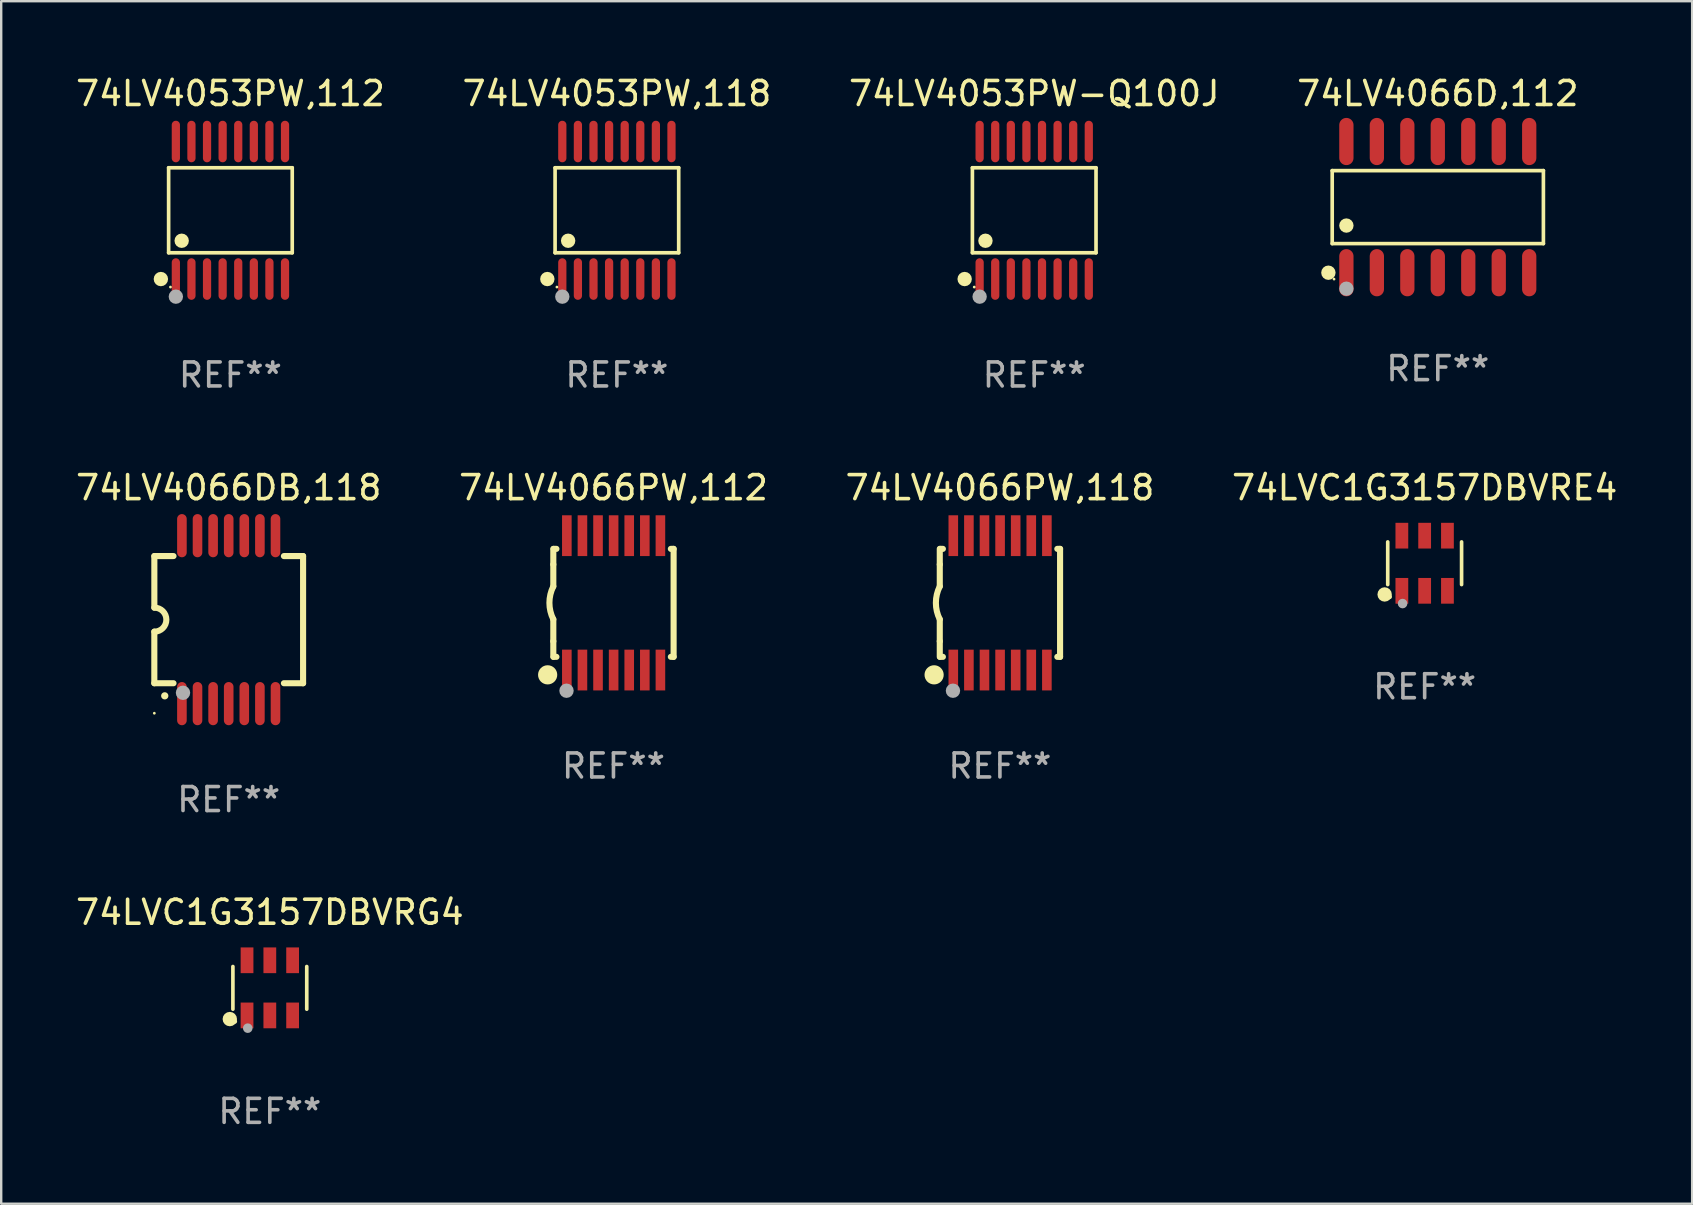
<source format=kicad_pcb>
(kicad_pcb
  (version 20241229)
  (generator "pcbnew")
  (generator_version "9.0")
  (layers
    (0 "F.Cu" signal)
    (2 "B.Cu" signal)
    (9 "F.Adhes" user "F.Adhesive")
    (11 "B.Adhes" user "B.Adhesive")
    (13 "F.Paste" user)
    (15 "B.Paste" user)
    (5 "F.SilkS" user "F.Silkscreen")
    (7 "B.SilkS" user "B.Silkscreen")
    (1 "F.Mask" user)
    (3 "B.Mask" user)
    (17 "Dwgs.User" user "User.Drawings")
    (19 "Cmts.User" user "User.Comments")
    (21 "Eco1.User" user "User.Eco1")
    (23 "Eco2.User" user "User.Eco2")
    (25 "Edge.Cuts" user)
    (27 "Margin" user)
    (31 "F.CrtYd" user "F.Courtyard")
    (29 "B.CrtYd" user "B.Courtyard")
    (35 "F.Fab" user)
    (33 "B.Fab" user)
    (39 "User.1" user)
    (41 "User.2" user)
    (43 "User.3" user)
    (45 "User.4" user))
  (footprint "74LV4066DB,118"
    (layer "F.Cu")
    (at 6.482 22.776)
    (property "Reference" "74LV4066DB,118" (at 0 -5.5 0) (layer "F.SilkS") (effects (font (size 1 1) (thickness 0.15))))
    (attr through_hole)
    (fp_line (start -3.1 2.65) (end -3.1 0.5) (stroke (width 0.254) (type solid)) (layer "F.SilkS"))
    (fp_line (start -3.099 -2.65) (end -2.301 -2.65) (stroke (width 0.254) (type solid)) (layer "F.SilkS"))
    (fp_line (start -3.099 -0.5) (end -3.099 -2.65) (stroke (width 0.254) (type solid)) (layer "F.SilkS"))
    (fp_line (start -2.301 2.65) (end -3.1 2.65) (stroke (width 0.254) (type solid)) (layer "F.SilkS"))
    (fp_line (start 2.301 -2.65) (end 3.1 -2.65) (stroke (width 0.254) (type solid)) (layer "F.SilkS"))
    (fp_line (start 3.1 -2.65) (end 3.1 2.65) (stroke (width 0.254) (type solid)) (layer "F.SilkS"))
    (fp_line (start 3.1 2.65) (end 2.301 2.65) (stroke (width 0.254) (type solid)) (layer "F.SilkS"))
    (fp_arc (start -3.098806 -0.500381) (mid -2.598806 0) (end -3.098806 0.500381) (stroke (width 0.254001) (type solid)) (layer "F.SilkS"))
    (fp_arc (start -2.667005 3.175006) (mid -2.665735 3.175001) (end -2.664465 3.175006) (stroke (width 0.3) (type solid)) (layer "F.SilkS"))
    (fp_circle (center -3.1 3.9) (end -3.07 3.9) (stroke (width 0.06) (type solid)) (fill no) (layer "F.SilkS"))
    (fp_circle (center -1.905 3.048) (end -1.755 3.048) (stroke (width 0.3) (type solid)) (fill no) (layer "F.Fab"))
    (fp_text user "REF**" (at 0 7.5 0) (layer "F.Fab") (effects (font (size 1 1) (thickness 0.15))))
    (pad "1" smd oval (at -1.95 3.5 270) (size 1.8 0.4) (layers "F.Cu" "F.Mask" "F.Paste"))
    (pad "2" smd oval (at -1.3 3.5 270) (size 1.8 0.4) (layers "F.Cu" "F.Mask" "F.Paste"))
    (pad "3" smd oval (at -0.65 3.5 270) (size 1.8 0.4) (layers "F.Cu" "F.Mask" "F.Paste"))
    (pad "4" smd oval (at 0 3.5 270) (size 1.8 0.4) (layers "F.Cu" "F.Mask" "F.Paste"))
    (pad "5" smd oval (at 0.65 3.5 270) (size 1.8 0.4) (layers "F.Cu" "F.Mask" "F.Paste"))
    (pad "6" smd oval (at 1.3 3.5 270) (size 1.8 0.4) (layers "F.Cu" "F.Mask" "F.Paste"))
    (pad "7" smd oval (at 1.95 3.5 270) (size 1.8 0.4) (layers "F.Cu" "F.Mask" "F.Paste"))
    (pad "8" smd oval (at 1.95 -3.5 90) (size 1.8 0.4) (layers "F.Cu" "F.Mask" "F.Paste"))
    (pad "9" smd oval (at 1.3 -3.5 90) (size 1.8 0.4) (layers "F.Cu" "F.Mask" "F.Paste"))
    (pad "10" smd oval (at 0.65 -3.5 90) (size 1.8 0.4) (layers "F.Cu" "F.Mask" "F.Paste"))
    (pad "11" smd oval (at 0 -3.5 90) (size 1.8 0.4) (layers "F.Cu" "F.Mask" "F.Paste"))
    (pad "12" smd oval (at -0.65 -3.5 90) (size 1.8 0.4) (layers "F.Cu" "F.Mask" "F.Paste"))
    (pad "13" smd oval (at -1.3 -3.5 90) (size 1.8 0.4) (layers "F.Cu" "F.Mask" "F.Paste"))
    (pad "14" smd oval (at -1.95 -3.5 90) (size 1.8 0.4) (layers "F.Cu" "F.Mask" "F.Paste")))
  (footprint "74LV4066PW,112"
    (layer "F.Cu")
    (at 22.518 22.076)
    (property "Reference" "74LV4066PW,112" (at 0 -4.8 0) (layer "F.SilkS") (effects (font (size 1 1) (thickness 0.15))))
    (attr through_hole)
    (fp_line (start -2.507 -1.6) (end -2.507 -2.25) (stroke (width 0.254) (type solid)) (layer "F.SilkS"))
    (fp_line (start -2.507 -0.686) (end -2.507 -1.6) (stroke (width 0.254) (type solid)) (layer "F.SilkS"))
    (fp_line (start -2.507 1.6) (end -2.507 0.686) (stroke (width 0.254) (type solid)) (layer "F.SilkS"))
    (fp_line (start -2.507 1.6) (end -2.507 2.25) (stroke (width 0.254) (type solid)) (layer "F.SilkS"))
    (fp_line (start -2.493 -2.25) (end -2.377 -2.25) (stroke (width 0.254) (type solid)) (layer "F.SilkS"))
    (fp_line (start -2.377 2.25) (end -2.493 2.25) (stroke (width 0.254) (type solid)) (layer "F.SilkS"))
    (fp_line (start 2.392 -2.25) (end 2.507 -2.25) (stroke (width 0.254) (type solid)) (layer "F.SilkS"))
    (fp_line (start 2.507 -2.25) (end 2.507 2.25) (stroke (width 0.254) (type solid)) (layer "F.SilkS"))
    (fp_line (start 2.507 2.25) (end 2.392 2.25) (stroke (width 0.254) (type solid)) (layer "F.SilkS"))
    (fp_arc (start -2.507303 0.685802) (mid -2.669199 0) (end -2.507303 -0.685801) (stroke (width 0.254001) (type solid)) (layer "F.SilkS"))
    (fp_circle (center -2.743 3) (end -2.543 3) (stroke (width 0.4) (type solid)) (fill no) (layer "F.SilkS"))
    (fp_circle (center -2.493 3.2) (end -2.463 3.2) (stroke (width 0.06) (type solid)) (fill no) (layer "F.SilkS"))
    (fp_circle (center -1.957 3.662) (end -1.807 3.662) (stroke (width 0.3) (type solid)) (fill no) (layer "F.Fab"))
    (fp_text user "REF**" (at 0 6.8 0) (layer "F.Fab") (effects (font (size 1 1) (thickness 0.15))))
    (pad "1" smd rect (at -1.943 2.8) (size 0.4 1.7) (layers "F.Cu" "F.Mask" "F.Paste"))
    (pad "2" smd rect (at -1.293 2.8) (size 0.4 1.7) (layers "F.Cu" "F.Mask" "F.Paste"))
    (pad "3" smd rect (at -0.643 2.8) (size 0.4 1.7) (layers "F.Cu" "F.Mask" "F.Paste"))
    (pad "4" smd rect (at 0.007 2.8) (size 0.4 1.7) (layers "F.Cu" "F.Mask" "F.Paste"))
    (pad "5" smd rect (at 0.657 2.8) (size 0.4 1.7) (layers "F.Cu" "F.Mask" "F.Paste"))
    (pad "6" smd rect (at 1.307 2.8) (size 0.4 1.7) (layers "F.Cu" "F.Mask" "F.Paste"))
    (pad "7" smd rect (at 1.957 2.8) (size 0.4 1.7) (layers "F.Cu" "F.Mask" "F.Paste"))
    (pad "8" smd rect (at 1.957 -2.8) (size 0.4 1.7) (layers "F.Cu" "F.Mask" "F.Paste"))
    (pad "9" smd rect (at 1.307 -2.8) (size 0.4 1.7) (layers "F.Cu" "F.Mask" "F.Paste"))
    (pad "10" smd rect (at 0.657 -2.8) (size 0.4 1.7) (layers "F.Cu" "F.Mask" "F.Paste"))
    (pad "11" smd rect (at 0.007 -2.8) (size 0.4 1.7) (layers "F.Cu" "F.Mask" "F.Paste"))
    (pad "12" smd rect (at -0.643 -2.8) (size 0.4 1.7) (layers "F.Cu" "F.Mask" "F.Paste"))
    (pad "13" smd rect (at -1.293 -2.8) (size 0.4 1.7) (layers "F.Cu" "F.Mask" "F.Paste"))
    (pad "14" smd rect (at -1.943 -2.8) (size 0.4 1.7) (layers "F.Cu" "F.Mask" "F.Paste")))
  (footprint "74LV4066PW,118"
    (layer "F.Cu")
    (at 38.625 22.076)
    (property "Reference" "74LV4066PW,118" (at 0 -4.8 0) (layer "F.SilkS") (effects (font (size 1 1) (thickness 0.15))))
    (attr through_hole)
    (fp_line (start -2.507 -1.6) (end -2.507 -2.25) (stroke (width 0.254) (type solid)) (layer "F.SilkS"))
    (fp_line (start -2.507 -0.686) (end -2.507 -1.6) (stroke (width 0.254) (type solid)) (layer "F.SilkS"))
    (fp_line (start -2.507 1.6) (end -2.507 0.686) (stroke (width 0.254) (type solid)) (layer "F.SilkS"))
    (fp_line (start -2.507 1.6) (end -2.507 2.25) (stroke (width 0.254) (type solid)) (layer "F.SilkS"))
    (fp_line (start -2.493 -2.25) (end -2.377 -2.25) (stroke (width 0.254) (type solid)) (layer "F.SilkS"))
    (fp_line (start -2.377 2.25) (end -2.493 2.25) (stroke (width 0.254) (type solid)) (layer "F.SilkS"))
    (fp_line (start 2.392 -2.25) (end 2.507 -2.25) (stroke (width 0.254) (type solid)) (layer "F.SilkS"))
    (fp_line (start 2.507 -2.25) (end 2.507 2.25) (stroke (width 0.254) (type solid)) (layer "F.SilkS"))
    (fp_line (start 2.507 2.25) (end 2.392 2.25) (stroke (width 0.254) (type solid)) (layer "F.SilkS"))
    (fp_arc (start -2.507303 0.685802) (mid -2.669199 0) (end -2.507303 -0.685801) (stroke (width 0.254001) (type solid)) (layer "F.SilkS"))
    (fp_circle (center -2.743 3) (end -2.543 3) (stroke (width 0.4) (type solid)) (fill no) (layer "F.SilkS"))
    (fp_circle (center -2.493 3.2) (end -2.463 3.2) (stroke (width 0.06) (type solid)) (fill no) (layer "F.SilkS"))
    (fp_circle (center -1.957 3.662) (end -1.807 3.662) (stroke (width 0.3) (type solid)) (fill no) (layer "F.Fab"))
    (fp_text user "REF**" (at 0 6.8 0) (layer "F.Fab") (effects (font (size 1 1) (thickness 0.15))))
    (pad "1" smd rect (at -1.943 2.8) (size 0.4 1.7) (layers "F.Cu" "F.Mask" "F.Paste"))
    (pad "2" smd rect (at -1.293 2.8) (size 0.4 1.7) (layers "F.Cu" "F.Mask" "F.Paste"))
    (pad "3" smd rect (at -0.643 2.8) (size 0.4 1.7) (layers "F.Cu" "F.Mask" "F.Paste"))
    (pad "4" smd rect (at 0.007 2.8) (size 0.4 1.7) (layers "F.Cu" "F.Mask" "F.Paste"))
    (pad "5" smd rect (at 0.657 2.8) (size 0.4 1.7) (layers "F.Cu" "F.Mask" "F.Paste"))
    (pad "6" smd rect (at 1.307 2.8) (size 0.4 1.7) (layers "F.Cu" "F.Mask" "F.Paste"))
    (pad "7" smd rect (at 1.957 2.8) (size 0.4 1.7) (layers "F.Cu" "F.Mask" "F.Paste"))
    (pad "8" smd rect (at 1.957 -2.8) (size 0.4 1.7) (layers "F.Cu" "F.Mask" "F.Paste"))
    (pad "9" smd rect (at 1.307 -2.8) (size 0.4 1.7) (layers "F.Cu" "F.Mask" "F.Paste"))
    (pad "10" smd rect (at 0.657 -2.8) (size 0.4 1.7) (layers "F.Cu" "F.Mask" "F.Paste"))
    (pad "11" smd rect (at 0.007 -2.8) (size 0.4 1.7) (layers "F.Cu" "F.Mask" "F.Paste"))
    (pad "12" smd rect (at -0.643 -2.8) (size 0.4 1.7) (layers "F.Cu" "F.Mask" "F.Paste"))
    (pad "13" smd rect (at -1.293 -2.8) (size 0.4 1.7) (layers "F.Cu" "F.Mask" "F.Paste"))
    (pad "14" smd rect (at -1.943 -2.8) (size 0.4 1.7) (layers "F.Cu" "F.Mask" "F.Paste")))
  (footprint "74LVC1G3157DBVRE4"
    (layer "F.Cu")
    (at 56.327 20.425)
    (property "Reference" "74LVC1G3157DBVRE4" (at 0 -3.149 0) (layer "F.SilkS") (effects (font (size 1 1) (thickness 0.15))))
    (attr through_hole)
    (fp_line (start -1.539 0.889) (end -1.539 -0.889) (stroke (width 0.152) (type solid)) (layer "F.SilkS"))
    (fp_line (start 1.539 0.889) (end 1.539 -0.889) (stroke (width 0.152) (type solid)) (layer "F.SilkS"))
    (fp_circle (center -1.668 1.301) (end -1.518 1.301) (stroke (width 0.3) (type solid)) (fill no) (layer "F.SilkS"))
    (fp_circle (center -1.463 1.4) (end -1.413 1.4) (stroke (width 0.1) (type solid)) (fill no) (layer "F.SilkS"))
    (fp_circle (center -0.92 1.68) (end -0.82 1.68) (stroke (width 0.2) (type solid)) (fill no) (layer "F.Fab"))
    (fp_text user "REF**" (at 0 5.149 0) (layer "F.Fab") (effects (font (size 1 1) (thickness 0.15))))
    (pad "1" smd rect (at -0.95 1.149) (size 0.532 1.072) (layers "F.Cu" "F.Mask" "F.Paste"))
    (pad "2" smd rect (at 0 1.149) (size 0.532 1.072) (layers "F.Cu" "F.Mask" "F.Paste"))
    (pad "3" smd rect (at 0.95 1.149) (size 0.532 1.072) (layers "F.Cu" "F.Mask" "F.Paste"))
    (pad "4" smd rect (at 0.95 -1.149) (size 0.532 1.072) (layers "F.Cu" "F.Mask" "F.Paste"))
    (pad "5" smd rect (at 0 -1.149) (size 0.532 1.072) (layers "F.Cu" "F.Mask" "F.Paste"))
    (pad "6" smd rect (at -0.95 -1.149) (size 0.532 1.072) (layers "F.Cu" "F.Mask" "F.Paste")))
  (footprint "74LV4053PW,112"
    (layer "F.Cu")
    (at 6.554 5.714)
    (property "Reference" "74LV4053PW,112" (at 0 -4.866 0) (layer "F.SilkS") (effects (font (size 1 1) (thickness 0.15))))
    (attr through_hole)
    (fp_line (start -2.576 -1.772) (end 2.576 -1.772) (stroke (width 0.152) (type solid)) (layer "F.SilkS"))
    (fp_line (start -2.576 1.771) (end -2.576 -1.772) (stroke (width 0.152) (type solid)) (layer "F.SilkS"))
    (fp_line (start 2.576 -1.772) (end 2.576 1.771) (stroke (width 0.152) (type solid)) (layer "F.SilkS"))
    (fp_line (start 2.576 1.771) (end -2.576 1.771) (stroke (width 0.152) (type solid)) (layer "F.SilkS"))
    (fp_circle (center -2.899 2.866) (end -2.749 2.866) (stroke (width 0.3) (type solid)) (fill no) (layer "F.SilkS"))
    (fp_circle (center -2.5 3.2) (end -2.47 3.2) (stroke (width 0.06) (type solid)) (fill no) (layer "F.SilkS"))
    (fp_circle (center -2.032 1.27) (end -1.882 1.27) (stroke (width 0.3) (type solid)) (fill no) (layer "F.SilkS"))
    (fp_circle (center -2.275 3.6) (end -2.125 3.6) (stroke (width 0.3) (type solid)) (fill no) (layer "F.Fab"))
    (fp_text user "REF**" (at 0 6.866 0) (layer "F.Fab") (effects (font (size 1 1) (thickness 0.15))))
    (pad "1" smd oval (at -2.275 2.866) (size 0.343 1.731) (layers "F.Cu" "F.Mask" "F.Paste"))
    (pad "2" smd oval (at -1.625 2.866) (size 0.343 1.731) (layers "F.Cu" "F.Mask" "F.Paste"))
    (pad "3" smd oval (at -0.975 2.866) (size 0.343 1.731) (layers "F.Cu" "F.Mask" "F.Paste"))
    (pad "4" smd oval (at -0.325 2.866) (size 0.343 1.731) (layers "F.Cu" "F.Mask" "F.Paste"))
    (pad "5" smd oval (at 0.325 2.866) (size 0.343 1.731) (layers "F.Cu" "F.Mask" "F.Paste"))
    (pad "6" smd oval (at 0.975 2.866) (size 0.343 1.731) (layers "F.Cu" "F.Mask" "F.Paste"))
    (pad "7" smd oval (at 1.625 2.866) (size 0.343 1.731) (layers "F.Cu" "F.Mask" "F.Paste"))
    (pad "8" smd oval (at 2.275 2.866) (size 0.343 1.731) (layers "F.Cu" "F.Mask" "F.Paste"))
    (pad "9" smd oval (at 2.275 -2.866) (size 0.343 1.731) (layers "F.Cu" "F.Mask" "F.Paste"))
    (pad "10" smd oval (at 1.625 -2.866) (size 0.343 1.731) (layers "F.Cu" "F.Mask" "F.Paste"))
    (pad "11" smd oval (at 0.975 -2.866) (size 0.343 1.731) (layers "F.Cu" "F.Mask" "F.Paste"))
    (pad "12" smd oval (at 0.325 -2.866) (size 0.343 1.731) (layers "F.Cu" "F.Mask" "F.Paste"))
    (pad "13" smd oval (at -0.325 -2.866) (size 0.343 1.731) (layers "F.Cu" "F.Mask" "F.Paste"))
    (pad "14" smd oval (at -0.975 -2.866) (size 0.343 1.731) (layers "F.Cu" "F.Mask" "F.Paste"))
    (pad "15" smd oval (at -1.625 -2.866) (size 0.343 1.731) (layers "F.Cu" "F.Mask" "F.Paste"))
    (pad "16" smd oval (at -2.275 -2.866) (size 0.343 1.731) (layers "F.Cu" "F.Mask" "F.Paste")))
  (footprint "74LVC1G3157DBVRG4"
    (layer "F.Cu")
    (at 8.196 38.122)
    (property "Reference" "74LVC1G3157DBVRG4" (at 0 -3.149 0) (layer "F.SilkS") (effects (font (size 1 1) (thickness 0.15))))
    (attr through_hole)
    (fp_line (start -1.539 0.889) (end -1.539 -0.889) (stroke (width 0.152) (type solid)) (layer "F.SilkS"))
    (fp_line (start 1.539 0.889) (end 1.539 -0.889) (stroke (width 0.152) (type solid)) (layer "F.SilkS"))
    (fp_circle (center -1.668 1.301) (end -1.518 1.301) (stroke (width 0.3) (type solid)) (fill no) (layer "F.SilkS"))
    (fp_circle (center -1.463 1.4) (end -1.413 1.4) (stroke (width 0.1) (type solid)) (fill no) (layer "F.SilkS"))
    (fp_circle (center -0.92 1.68) (end -0.82 1.68) (stroke (width 0.2) (type solid)) (fill no) (layer "F.Fab"))
    (fp_text user "REF**" (at 0 5.149 0) (layer "F.Fab") (effects (font (size 1 1) (thickness 0.15))))
    (pad "1" smd rect (at -0.95 1.149) (size 0.532 1.072) (layers "F.Cu" "F.Mask" "F.Paste"))
    (pad "2" smd rect (at 0 1.149) (size 0.532 1.072) (layers "F.Cu" "F.Mask" "F.Paste"))
    (pad "3" smd rect (at 0.95 1.149) (size 0.532 1.072) (layers "F.Cu" "F.Mask" "F.Paste"))
    (pad "4" smd rect (at 0.95 -1.149) (size 0.532 1.072) (layers "F.Cu" "F.Mask" "F.Paste"))
    (pad "5" smd rect (at 0 -1.149) (size 0.532 1.072) (layers "F.Cu" "F.Mask" "F.Paste"))
    (pad "6" smd rect (at -0.95 -1.149) (size 0.532 1.072) (layers "F.Cu" "F.Mask" "F.Paste")))
  (footprint "74LV4053PW,118"
    (layer "F.Cu")
    (at 22.661 5.714)
    (property "Reference" "74LV4053PW,118" (at 0 -4.866 0) (layer "F.SilkS") (effects (font (size 1 1) (thickness 0.15))))
    (attr through_hole)
    (fp_line (start -2.576 -1.772) (end 2.576 -1.772) (stroke (width 0.152) (type solid)) (layer "F.SilkS"))
    (fp_line (start -2.576 1.771) (end -2.576 -1.772) (stroke (width 0.152) (type solid)) (layer "F.SilkS"))
    (fp_line (start 2.576 -1.772) (end 2.576 1.771) (stroke (width 0.152) (type solid)) (layer "F.SilkS"))
    (fp_line (start 2.576 1.771) (end -2.576 1.771) (stroke (width 0.152) (type solid)) (layer "F.SilkS"))
    (fp_circle (center -2.899 2.866) (end -2.749 2.866) (stroke (width 0.3) (type solid)) (fill no) (layer "F.SilkS"))
    (fp_circle (center -2.5 3.2) (end -2.47 3.2) (stroke (width 0.06) (type solid)) (fill no) (layer "F.SilkS"))
    (fp_circle (center -2.032 1.27) (end -1.882 1.27) (stroke (width 0.3) (type solid)) (fill no) (layer "F.SilkS"))
    (fp_circle (center -2.275 3.6) (end -2.125 3.6) (stroke (width 0.3) (type solid)) (fill no) (layer "F.Fab"))
    (fp_text user "REF**" (at 0 6.866 0) (layer "F.Fab") (effects (font (size 1 1) (thickness 0.15))))
    (pad "1" smd oval (at -2.275 2.866) (size 0.343 1.731) (layers "F.Cu" "F.Mask" "F.Paste"))
    (pad "2" smd oval (at -1.625 2.866) (size 0.343 1.731) (layers "F.Cu" "F.Mask" "F.Paste"))
    (pad "3" smd oval (at -0.975 2.866) (size 0.343 1.731) (layers "F.Cu" "F.Mask" "F.Paste"))
    (pad "4" smd oval (at -0.325 2.866) (size 0.343 1.731) (layers "F.Cu" "F.Mask" "F.Paste"))
    (pad "5" smd oval (at 0.325 2.866) (size 0.343 1.731) (layers "F.Cu" "F.Mask" "F.Paste"))
    (pad "6" smd oval (at 0.975 2.866) (size 0.343 1.731) (layers "F.Cu" "F.Mask" "F.Paste"))
    (pad "7" smd oval (at 1.625 2.866) (size 0.343 1.731) (layers "F.Cu" "F.Mask" "F.Paste"))
    (pad "8" smd oval (at 2.275 2.866) (size 0.343 1.731) (layers "F.Cu" "F.Mask" "F.Paste"))
    (pad "9" smd oval (at 2.275 -2.866) (size 0.343 1.731) (layers "F.Cu" "F.Mask" "F.Paste"))
    (pad "10" smd oval (at 1.625 -2.866) (size 0.343 1.731) (layers "F.Cu" "F.Mask" "F.Paste"))
    (pad "11" smd oval (at 0.975 -2.866) (size 0.343 1.731) (layers "F.Cu" "F.Mask" "F.Paste"))
    (pad "12" smd oval (at 0.325 -2.866) (size 0.343 1.731) (layers "F.Cu" "F.Mask" "F.Paste"))
    (pad "13" smd oval (at -0.325 -2.866) (size 0.343 1.731) (layers "F.Cu" "F.Mask" "F.Paste"))
    (pad "14" smd oval (at -0.975 -2.866) (size 0.343 1.731) (layers "F.Cu" "F.Mask" "F.Paste"))
    (pad "15" smd oval (at -1.625 -2.866) (size 0.343 1.731) (layers "F.Cu" "F.Mask" "F.Paste"))
    (pad "16" smd oval (at -2.275 -2.866) (size 0.343 1.731) (layers "F.Cu" "F.Mask" "F.Paste")))
  (footprint "74LV4053PW-Q100J"
    (layer "F.Cu")
    (at 40.054 5.714)
    (property "Reference" "74LV4053PW-Q100J" (at 0 -4.866 0) (layer "F.SilkS") (effects (font (size 1 1) (thickness 0.15))))
    (attr through_hole)
    (fp_line (start -2.576 -1.772) (end 2.576 -1.772) (stroke (width 0.152) (type solid)) (layer "F.SilkS"))
    (fp_line (start -2.576 1.771) (end -2.576 -1.772) (stroke (width 0.152) (type solid)) (layer "F.SilkS"))
    (fp_line (start 2.576 -1.772) (end 2.576 1.771) (stroke (width 0.152) (type solid)) (layer "F.SilkS"))
    (fp_line (start 2.576 1.771) (end -2.576 1.771) (stroke (width 0.152) (type solid)) (layer "F.SilkS"))
    (fp_circle (center -2.899 2.866) (end -2.749 2.866) (stroke (width 0.3) (type solid)) (fill no) (layer "F.SilkS"))
    (fp_circle (center -2.5 3.2) (end -2.47 3.2) (stroke (width 0.06) (type solid)) (fill no) (layer "F.SilkS"))
    (fp_circle (center -2.032 1.27) (end -1.882 1.27) (stroke (width 0.3) (type solid)) (fill no) (layer "F.SilkS"))
    (fp_circle (center -2.275 3.6) (end -2.125 3.6) (stroke (width 0.3) (type solid)) (fill no) (layer "F.Fab"))
    (fp_text user "REF**" (at 0 6.866 0) (layer "F.Fab") (effects (font (size 1 1) (thickness 0.15))))
    (pad "1" smd oval (at -2.275 2.866) (size 0.343 1.731) (layers "F.Cu" "F.Mask" "F.Paste"))
    (pad "2" smd oval (at -1.625 2.866) (size 0.343 1.731) (layers "F.Cu" "F.Mask" "F.Paste"))
    (pad "3" smd oval (at -0.975 2.866) (size 0.343 1.731) (layers "F.Cu" "F.Mask" "F.Paste"))
    (pad "4" smd oval (at -0.325 2.866) (size 0.343 1.731) (layers "F.Cu" "F.Mask" "F.Paste"))
    (pad "5" smd oval (at 0.325 2.866) (size 0.343 1.731) (layers "F.Cu" "F.Mask" "F.Paste"))
    (pad "6" smd oval (at 0.975 2.866) (size 0.343 1.731) (layers "F.Cu" "F.Mask" "F.Paste"))
    (pad "7" smd oval (at 1.625 2.866) (size 0.343 1.731) (layers "F.Cu" "F.Mask" "F.Paste"))
    (pad "8" smd oval (at 2.275 2.866) (size 0.343 1.731) (layers "F.Cu" "F.Mask" "F.Paste"))
    (pad "9" smd oval (at 2.275 -2.866) (size 0.343 1.731) (layers "F.Cu" "F.Mask" "F.Paste"))
    (pad "10" smd oval (at 1.625 -2.866) (size 0.343 1.731) (layers "F.Cu" "F.Mask" "F.Paste"))
    (pad "11" smd oval (at 0.975 -2.866) (size 0.343 1.731) (layers "F.Cu" "F.Mask" "F.Paste"))
    (pad "12" smd oval (at 0.325 -2.866) (size 0.343 1.731) (layers "F.Cu" "F.Mask" "F.Paste"))
    (pad "13" smd oval (at -0.325 -2.866) (size 0.343 1.731) (layers "F.Cu" "F.Mask" "F.Paste"))
    (pad "14" smd oval (at -0.975 -2.866) (size 0.343 1.731) (layers "F.Cu" "F.Mask" "F.Paste"))
    (pad "15" smd oval (at -1.625 -2.866) (size 0.343 1.731) (layers "F.Cu" "F.Mask" "F.Paste"))
    (pad "16" smd oval (at -2.275 -2.866) (size 0.343 1.731) (layers "F.Cu" "F.Mask" "F.Paste")))
  (footprint "74LV4066D,112"
    (layer "F.Cu")
    (at 56.875 5.582)
    (property "Reference" "74LV4066D,112" (at 0 -4.734 0) (layer "F.SilkS") (effects (font (size 1 1) (thickness 0.15))))
    (attr through_hole)
    (fp_line (start -4.401 -1.521) (end 4.401 -1.521) (stroke (width 0.152) (type solid)) (layer "F.SilkS"))
    (fp_line (start -4.401 1.521) (end -4.401 -1.521) (stroke (width 0.152) (type solid)) (layer "F.SilkS"))
    (fp_line (start 4.401 -1.521) (end 4.401 1.521) (stroke (width 0.152) (type solid)) (layer "F.SilkS"))
    (fp_line (start 4.401 1.521) (end -4.401 1.521) (stroke (width 0.152) (type solid)) (layer "F.SilkS"))
    (fp_circle (center -4.56 2.734) (end -4.41 2.734) (stroke (width 0.3) (type solid)) (fill no) (layer "F.SilkS"))
    (fp_circle (center -4.325 3) (end -4.295 3) (stroke (width 0.06) (type solid)) (fill no) (layer "F.SilkS"))
    (fp_circle (center -3.81 0.769) (end -3.66 0.769) (stroke (width 0.3) (type solid)) (fill no) (layer "F.SilkS"))
    (fp_circle (center -3.81 3.4) (end -3.66 3.4) (stroke (width 0.3) (type solid)) (fill no) (layer "F.Fab"))
    (fp_text user "REF**" (at 0 6.734 0) (layer "F.Fab") (effects (font (size 1 1) (thickness 0.15))))
    (pad "1" smd oval (at -3.81 2.734) (size 0.595 1.968) (layers "F.Cu" "F.Mask" "F.Paste"))
    (pad "2" smd oval (at -2.54 2.734) (size 0.595 1.968) (layers "F.Cu" "F.Mask" "F.Paste"))
    (pad "3" smd oval (at -1.27 2.734) (size 0.595 1.968) (layers "F.Cu" "F.Mask" "F.Paste"))
    (pad "4" smd oval (at 0 2.734) (size 0.595 1.968) (layers "F.Cu" "F.Mask" "F.Paste"))
    (pad "5" smd oval (at 1.27 2.734) (size 0.595 1.968) (layers "F.Cu" "F.Mask" "F.Paste"))
    (pad "6" smd oval (at 2.54 2.734) (size 0.595 1.968) (layers "F.Cu" "F.Mask" "F.Paste"))
    (pad "7" smd oval (at 3.81 2.734) (size 0.595 1.968) (layers "F.Cu" "F.Mask" "F.Paste"))
    (pad "8" smd oval (at 3.81 -2.734) (size 0.595 1.968) (layers "F.Cu" "F.Mask" "F.Paste"))
    (pad "9" smd oval (at 2.54 -2.734) (size 0.595 1.968) (layers "F.Cu" "F.Mask" "F.Paste"))
    (pad "10" smd oval (at 1.27 -2.734) (size 0.595 1.968) (layers "F.Cu" "F.Mask" "F.Paste"))
    (pad "11" smd oval (at 0 -2.734) (size 0.595 1.968) (layers "F.Cu" "F.Mask" "F.Paste"))
    (pad "12" smd oval (at -1.27 -2.734) (size 0.595 1.968) (layers "F.Cu" "F.Mask" "F.Paste"))
    (pad "13" smd oval (at -2.54 -2.734) (size 0.595 1.968) (layers "F.Cu" "F.Mask" "F.Paste"))
    (pad "14" smd oval (at -3.81 -2.734) (size 0.595 1.968) (layers "F.Cu" "F.Mask" "F.Paste")))
  (gr_rect
    (start -3 -3)
    (end 67.476 47.119)
    (stroke (width 0.1) (type default))
    (fill no)
    (layer "Edge.Cuts")))
</source>
